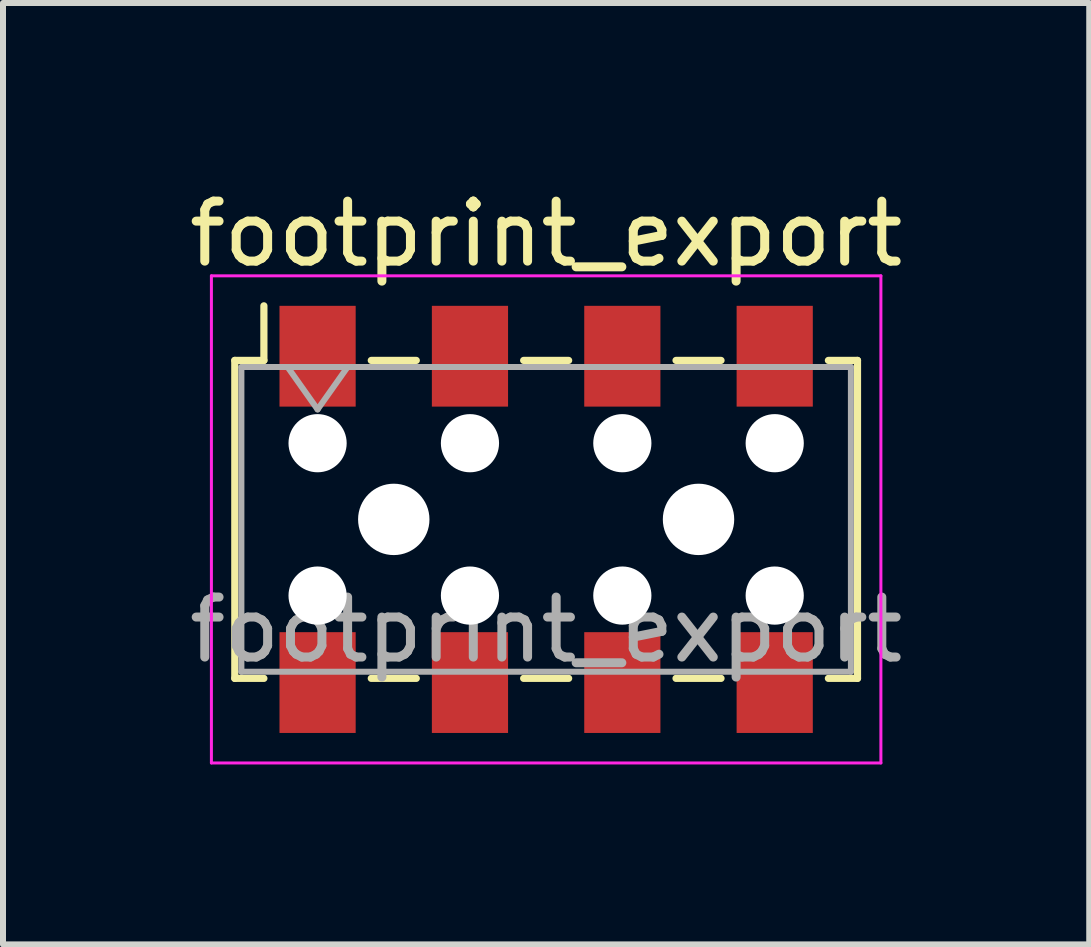
<source format=kicad_pcb>
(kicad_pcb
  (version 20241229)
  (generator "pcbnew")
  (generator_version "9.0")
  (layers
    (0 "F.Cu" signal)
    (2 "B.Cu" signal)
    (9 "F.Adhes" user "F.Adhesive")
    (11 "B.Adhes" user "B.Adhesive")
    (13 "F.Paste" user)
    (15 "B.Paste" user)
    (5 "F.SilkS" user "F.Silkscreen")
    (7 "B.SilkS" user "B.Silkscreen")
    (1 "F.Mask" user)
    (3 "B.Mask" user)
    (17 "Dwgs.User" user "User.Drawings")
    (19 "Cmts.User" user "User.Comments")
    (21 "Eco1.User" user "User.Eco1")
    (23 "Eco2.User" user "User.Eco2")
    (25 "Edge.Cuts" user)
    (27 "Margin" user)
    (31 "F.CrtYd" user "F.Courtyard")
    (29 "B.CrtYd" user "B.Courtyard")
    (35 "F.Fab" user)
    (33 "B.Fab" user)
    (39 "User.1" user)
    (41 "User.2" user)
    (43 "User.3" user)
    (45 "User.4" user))
  (footprint "footprint_export"
    (layer "F.Cu")
    (at 6.054 5.608)
    (property "Reference" "footprint_export" (at 0 -4.76 0) (layer "F.SilkS") (effects (font (size 1 1) (thickness 0.15))))
    (attr smd)
    (fp_line (start -5.19 -2.65) (end -5.19 2.65) (stroke (width 0.12) (type solid)) (layer "F.SilkS"))
    (fp_line (start -5.19 2.65) (end -4.705 2.65) (stroke (width 0.12) (type solid)) (layer "F.SilkS"))
    (fp_line (start -4.705 -3.56) (end -4.705 -2.65) (stroke (width 0.12) (type solid)) (layer "F.SilkS"))
    (fp_line (start -4.705 -2.65) (end -5.19 -2.65) (stroke (width 0.12) (type solid)) (layer "F.SilkS"))
    (fp_line (start -2.915 -2.65) (end -2.165 -2.65) (stroke (width 0.12) (type solid)) (layer "F.SilkS"))
    (fp_line (start -2.915 2.65) (end -2.165 2.65) (stroke (width 0.12) (type solid)) (layer "F.SilkS"))
    (fp_line (start -0.375 -2.65) (end 0.375 -2.65) (stroke (width 0.12) (type solid)) (layer "F.SilkS"))
    (fp_line (start -0.375 2.65) (end 0.375 2.65) (stroke (width 0.12) (type solid)) (layer "F.SilkS"))
    (fp_line (start 2.165 -2.65) (end 2.915 -2.65) (stroke (width 0.12) (type solid)) (layer "F.SilkS"))
    (fp_line (start 2.165 2.65) (end 2.915 2.65) (stroke (width 0.12) (type solid)) (layer "F.SilkS"))
    (fp_line (start 4.705 -2.65) (end 5.19 -2.65) (stroke (width 0.12) (type solid)) (layer "F.SilkS"))
    (fp_line (start 5.19 -2.65) (end 5.19 2.65) (stroke (width 0.12) (type solid)) (layer "F.SilkS"))
    (fp_line (start 5.19 2.65) (end 4.705 2.65) (stroke (width 0.12) (type solid)) (layer "F.SilkS"))
    (fp_line (start -5.58 -4.06) (end 5.58 -4.06) (stroke (width 0.05) (type solid)) (layer "F.CrtYd"))
    (fp_line (start -5.58 4.06) (end -5.58 -4.06) (stroke (width 0.05) (type solid)) (layer "F.CrtYd"))
    (fp_line (start 5.58 -4.06) (end 5.58 4.06) (stroke (width 0.05) (type solid)) (layer "F.CrtYd"))
    (fp_line (start 5.58 4.06) (end -5.58 4.06) (stroke (width 0.05) (type solid)) (layer "F.CrtYd"))
    (fp_line (start -5.08 -2.54) (end 5.08 -2.54) (stroke (width 0.1) (type solid)) (layer "F.Fab"))
    (fp_line (start -5.08 2.54) (end -5.08 -2.54) (stroke (width 0.1) (type solid)) (layer "F.Fab"))
    (fp_line (start -4.31 -2.54) (end -3.81 -1.833) (stroke (width 0.1) (type solid)) (layer "F.Fab"))
    (fp_line (start -3.81 -1.833) (end -3.31 -2.54) (stroke (width 0.1) (type solid)) (layer "F.Fab"))
    (fp_line (start 5.08 -2.54) (end 5.08 2.54) (stroke (width 0.1) (type solid)) (layer "F.Fab"))
    (fp_line (start 5.08 2.54) (end -5.08 2.54) (stroke (width 0.1) (type solid)) (layer "F.Fab"))
    (fp_text user "${REFERENCE}" (at 0 1.84 0) (layer "F.Fab") (effects (font (size 1 1) (thickness 0.15))))
    (pad "" np_thru_hole circle (at -3.81 -1.27) (size 0.97 0.97) (drill 0.97) (layers "*.Cu" "*.Mask"))
    (pad "" np_thru_hole circle (at -3.81 1.27) (size 0.97 0.97) (drill 0.97) (layers "*.Cu" "*.Mask"))
    (pad "" np_thru_hole circle (at -2.54 0) (size 1.19 1.19) (drill 1.19) (layers "*.Cu" "*.Mask"))
    (pad "" np_thru_hole circle (at -1.27 -1.27) (size 0.97 0.97) (drill 0.97) (layers "*.Cu" "*.Mask"))
    (pad "" np_thru_hole circle (at -1.27 1.27) (size 0.97 0.97) (drill 0.97) (layers "*.Cu" "*.Mask"))
    (pad "" np_thru_hole circle (at 1.27 -1.27) (size 0.97 0.97) (drill 0.97) (layers "*.Cu" "*.Mask"))
    (pad "" np_thru_hole circle (at 1.27 1.27) (size 0.97 0.97) (drill 0.97) (layers "*.Cu" "*.Mask"))
    (pad "" np_thru_hole circle (at 2.54 0) (size 1.19 1.19) (drill 1.19) (layers "*.Cu" "*.Mask"))
    (pad "" np_thru_hole circle (at 3.81 -1.27) (size 0.97 0.97) (drill 0.97) (layers "*.Cu" "*.Mask"))
    (pad "" np_thru_hole circle (at 3.81 1.27) (size 0.97 0.97) (drill 0.97) (layers "*.Cu" "*.Mask"))
    (pad "1" smd rect (at -3.81 -2.72) (size 1.27 1.68) (layers "F.Cu" "F.Mask" "F.Paste"))
    (pad "2" smd rect (at -3.81 2.72) (size 1.27 1.68) (layers "F.Cu" "F.Mask" "F.Paste"))
    (pad "3" smd rect (at -1.27 -2.72) (size 1.27 1.68) (layers "F.Cu" "F.Mask" "F.Paste"))
    (pad "4" smd rect (at -1.27 2.72) (size 1.27 1.68) (layers "F.Cu" "F.Mask" "F.Paste"))
    (pad "5" smd rect (at 1.27 -2.72) (size 1.27 1.68) (layers "F.Cu" "F.Mask" "F.Paste"))
    (pad "6" smd rect (at 1.27 2.72) (size 1.27 1.68) (layers "F.Cu" "F.Mask" "F.Paste"))
    (pad "7" smd rect (at 3.81 -2.72) (size 1.27 1.68) (layers "F.Cu" "F.Mask" "F.Paste"))
    (pad "8" smd rect (at 3.81 2.72) (size 1.27 1.68) (layers "F.Cu" "F.Mask" "F.Paste")))
  (gr_rect
    (start -3 -3)
    (end 15.107 12.693)
    (stroke (width 0.1) (type default))
    (fill no)
    (layer "Edge.Cuts")))
</source>
